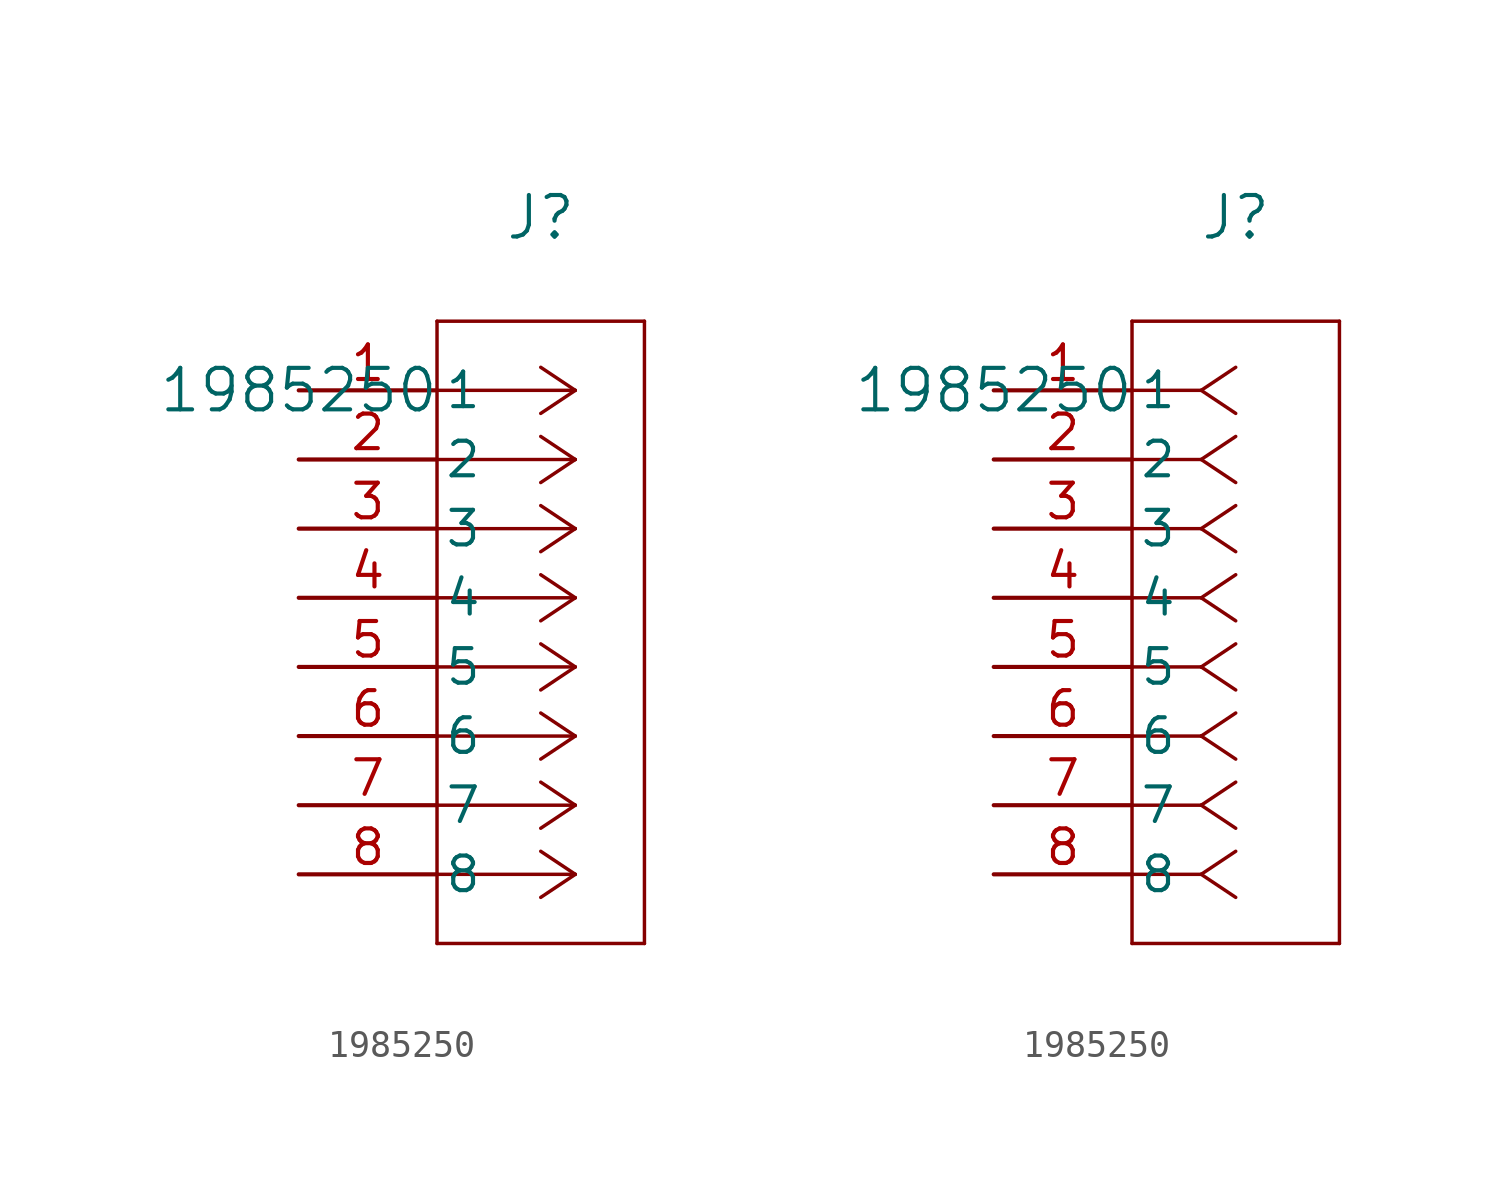
<source format=kicad_sym>
(kicad_symbol_lib
  (version 20211014)
  (generator kicad_symbol_editor)
  (symbol "1985250"
    (pin_names
      (offset 0.254))
    (property "Reference" "J"
      (at 8.89 6.35 0)
      (effects (font (size 1.524 1.524))))
    (property "Value" "1985250"
      (at 0 0 0)
      (effects (font (size 1.524 1.524))))
    (symbol "1985250_1_1"
      (polyline (pts (xy 10.16 0) (xy 5.08 0)) (stroke (width 0.127) (type default) (color 0 0 0 0)) (fill (type none)))
      (polyline (pts (xy 10.16 -2.54) (xy 5.08 -2.54)) (stroke (width 0.127) (type default) (color 0 0 0 0)) (fill (type none)))
      (polyline (pts (xy 10.16 -5.08) (xy 5.08 -5.08)) (stroke (width 0.127) (type default) (color 0 0 0 0)) (fill (type none)))
      (polyline (pts (xy 10.16 -7.62) (xy 5.08 -7.62)) (stroke (width 0.127) (type default) (color 0 0 0 0)) (fill (type none)))
      (polyline (pts (xy 10.16 -10.16) (xy 5.08 -10.16)) (stroke (width 0.127) (type default) (color 0 0 0 0)) (fill (type none)))
      (polyline (pts (xy 10.16 -12.7) (xy 5.08 -12.7)) (stroke (width 0.127) (type default) (color 0 0 0 0)) (fill (type none)))
      (polyline (pts (xy 10.16 -15.24) (xy 5.08 -15.24)) (stroke (width 0.127) (type default) (color 0 0 0 0)) (fill (type none)))
      (polyline (pts (xy 10.16 -17.78) (xy 5.08 -17.78)) (stroke (width 0.127) (type default) (color 0 0 0 0)) (fill (type none)))
      (polyline (pts (xy 10.16 0) (xy 8.89 0.847)) (stroke (width 0.127) (type default) (color 0 0 0 0)) (fill (type none)))
      (polyline (pts (xy 10.16 -2.54) (xy 8.89 -1.693)) (stroke (width 0.127) (type default) (color 0 0 0 0)) (fill (type none)))
      (polyline (pts (xy 10.16 -5.08) (xy 8.89 -4.233)) (stroke (width 0.127) (type default) (color 0 0 0 0)) (fill (type none)))
      (polyline (pts (xy 10.16 -7.62) (xy 8.89 -6.773)) (stroke (width 0.127) (type default) (color 0 0 0 0)) (fill (type none)))
      (polyline (pts (xy 10.16 -10.16) (xy 8.89 -9.313)) (stroke (width 0.127) (type default) (color 0 0 0 0)) (fill (type none)))
      (polyline (pts (xy 10.16 -12.7) (xy 8.89 -11.853)) (stroke (width 0.127) (type default) (color 0 0 0 0)) (fill (type none)))
      (polyline (pts (xy 10.16 -15.24) (xy 8.89 -14.393)) (stroke (width 0.127) (type default) (color 0 0 0 0)) (fill (type none)))
      (polyline (pts (xy 10.16 -17.78) (xy 8.89 -16.933)) (stroke (width 0.127) (type default) (color 0 0 0 0)) (fill (type none)))
      (polyline (pts (xy 10.16 0) (xy 8.89 -0.847)) (stroke (width 0.127) (type default) (color 0 0 0 0)) (fill (type none)))
      (polyline (pts (xy 10.16 -2.54) (xy 8.89 -3.387)) (stroke (width 0.127) (type default) (color 0 0 0 0)) (fill (type none)))
      (polyline (pts (xy 10.16 -5.08) (xy 8.89 -5.927)) (stroke (width 0.127) (type default) (color 0 0 0 0)) (fill (type none)))
      (polyline (pts (xy 10.16 -7.62) (xy 8.89 -8.467)) (stroke (width 0.127) (type default) (color 0 0 0 0)) (fill (type none)))
      (polyline (pts (xy 10.16 -10.16) (xy 8.89 -11.007)) (stroke (width 0.127) (type default) (color 0 0 0 0)) (fill (type none)))
      (polyline (pts (xy 10.16 -12.7) (xy 8.89 -13.547)) (stroke (width 0.127) (type default) (color 0 0 0 0)) (fill (type none)))
      (polyline (pts (xy 10.16 -15.24) (xy 8.89 -16.087)) (stroke (width 0.127) (type default) (color 0 0 0 0)) (fill (type none)))
      (polyline (pts (xy 10.16 -17.78) (xy 8.89 -18.627)) (stroke (width 0.127) (type default) (color 0 0 0 0)) (fill (type none)))
      (polyline (pts (xy 5.08 2.54) (xy 5.08 -20.32)) (stroke (width 0.127) (type default) (color 0 0 0 0)) (fill (type none)))
      (polyline (pts (xy 5.08 -20.32) (xy 12.7 -20.32)) (stroke (width 0.127) (type default) (color 0 0 0 0)) (fill (type none)))
      (polyline (pts (xy 12.7 -20.32) (xy 12.7 2.54)) (stroke (width 0.127) (type default) (color 0 0 0 0)) (fill (type none)))
      (polyline (pts (xy 12.7 2.54) (xy 5.08 2.54)) (stroke (width 0.127) (type default) (color 0 0 0 0)) (fill (type none)))
      (pin unspecified line (at 0 0 0) (length 5.08) (name "1" (effects (font (size 1.27 1.27)))) (number "1" (effects (font (size 1.27 1.27)))))
      (pin unspecified line (at 0 -2.54 0) (length 5.08) (name "2" (effects (font (size 1.27 1.27)))) (number "2" (effects (font (size 1.27 1.27)))))
      (pin unspecified line (at 0 -5.08 0) (length 5.08) (name "3" (effects (font (size 1.27 1.27)))) (number "3" (effects (font (size 1.27 1.27)))))
      (pin unspecified line (at 0 -7.62 0) (length 5.08) (name "4" (effects (font (size 1.27 1.27)))) (number "4" (effects (font (size 1.27 1.27)))))
      (pin unspecified line (at 0 -10.16 0) (length 5.08) (name "5" (effects (font (size 1.27 1.27)))) (number "5" (effects (font (size 1.27 1.27)))))
      (pin unspecified line (at 0 -12.7 0) (length 5.08) (name "6" (effects (font (size 1.27 1.27)))) (number "6" (effects (font (size 1.27 1.27)))))
      (pin unspecified line (at 0 -15.24 0) (length 5.08) (name "7" (effects (font (size 1.27 1.27)))) (number "7" (effects (font (size 1.27 1.27)))))
      (pin unspecified line (at 0 -17.78 0) (length 5.08) (name "8" (effects (font (size 1.27 1.27)))) (number "8" (effects (font (size 1.27 1.27))))))
    (symbol "1985250_1_2"
      (polyline (pts (xy 7.62 0) (xy 5.08 0)) (stroke (width 0.127) (type default) (color 0 0 0 0)) (fill (type none)))
      (polyline (pts (xy 7.62 -2.54) (xy 5.08 -2.54)) (stroke (width 0.127) (type default) (color 0 0 0 0)) (fill (type none)))
      (polyline (pts (xy 7.62 -5.08) (xy 5.08 -5.08)) (stroke (width 0.127) (type default) (color 0 0 0 0)) (fill (type none)))
      (polyline (pts (xy 7.62 -7.62) (xy 5.08 -7.62)) (stroke (width 0.127) (type default) (color 0 0 0 0)) (fill (type none)))
      (polyline (pts (xy 7.62 -10.16) (xy 5.08 -10.16)) (stroke (width 0.127) (type default) (color 0 0 0 0)) (fill (type none)))
      (polyline (pts (xy 7.62 -12.7) (xy 5.08 -12.7)) (stroke (width 0.127) (type default) (color 0 0 0 0)) (fill (type none)))
      (polyline (pts (xy 7.62 -15.24) (xy 5.08 -15.24)) (stroke (width 0.127) (type default) (color 0 0 0 0)) (fill (type none)))
      (polyline (pts (xy 7.62 -17.78) (xy 5.08 -17.78)) (stroke (width 0.127) (type default) (color 0 0 0 0)) (fill (type none)))
      (polyline (pts (xy 7.62 0) (xy 8.89 0.847)) (stroke (width 0.127) (type default) (color 0 0 0 0)) (fill (type none)))
      (polyline (pts (xy 7.62 -2.54) (xy 8.89 -1.693)) (stroke (width 0.127) (type default) (color 0 0 0 0)) (fill (type none)))
      (polyline (pts (xy 7.62 -5.08) (xy 8.89 -4.233)) (stroke (width 0.127) (type default) (color 0 0 0 0)) (fill (type none)))
      (polyline (pts (xy 7.62 -7.62) (xy 8.89 -6.773)) (stroke (width 0.127) (type default) (color 0 0 0 0)) (fill (type none)))
      (polyline (pts (xy 7.62 -10.16) (xy 8.89 -9.313)) (stroke (width 0.127) (type default) (color 0 0 0 0)) (fill (type none)))
      (polyline (pts (xy 7.62 -12.7) (xy 8.89 -11.853)) (stroke (width 0.127) (type default) (color 0 0 0 0)) (fill (type none)))
      (polyline (pts (xy 7.62 -15.24) (xy 8.89 -14.393)) (stroke (width 0.127) (type default) (color 0 0 0 0)) (fill (type none)))
      (polyline (pts (xy 7.62 -17.78) (xy 8.89 -16.933)) (stroke (width 0.127) (type default) (color 0 0 0 0)) (fill (type none)))
      (polyline (pts (xy 7.62 0) (xy 8.89 -0.847)) (stroke (width 0.127) (type default) (color 0 0 0 0)) (fill (type none)))
      (polyline (pts (xy 7.62 -2.54) (xy 8.89 -3.387)) (stroke (width 0.127) (type default) (color 0 0 0 0)) (fill (type none)))
      (polyline (pts (xy 7.62 -5.08) (xy 8.89 -5.927)) (stroke (width 0.127) (type default) (color 0 0 0 0)) (fill (type none)))
      (polyline (pts (xy 7.62 -7.62) (xy 8.89 -8.467)) (stroke (width 0.127) (type default) (color 0 0 0 0)) (fill (type none)))
      (polyline (pts (xy 7.62 -10.16) (xy 8.89 -11.007)) (stroke (width 0.127) (type default) (color 0 0 0 0)) (fill (type none)))
      (polyline (pts (xy 7.62 -12.7) (xy 8.89 -13.547)) (stroke (width 0.127) (type default) (color 0 0 0 0)) (fill (type none)))
      (polyline (pts (xy 7.62 -15.24) (xy 8.89 -16.087)) (stroke (width 0.127) (type default) (color 0 0 0 0)) (fill (type none)))
      (polyline (pts (xy 7.62 -17.78) (xy 8.89 -18.627)) (stroke (width 0.127) (type default) (color 0 0 0 0)) (fill (type none)))
      (polyline (pts (xy 5.08 2.54) (xy 5.08 -20.32)) (stroke (width 0.127) (type default) (color 0 0 0 0)) (fill (type none)))
      (polyline (pts (xy 5.08 -20.32) (xy 12.7 -20.32)) (stroke (width 0.127) (type default) (color 0 0 0 0)) (fill (type none)))
      (polyline (pts (xy 12.7 -20.32) (xy 12.7 2.54)) (stroke (width 0.127) (type default) (color 0 0 0 0)) (fill (type none)))
      (polyline (pts (xy 12.7 2.54) (xy 5.08 2.54)) (stroke (width 0.127) (type default) (color 0 0 0 0)) (fill (type none)))
      (pin unspecified line (at 0 0 0) (length 5.08) (name "1" (effects (font (size 1.27 1.27)))) (number "1" (effects (font (size 1.27 1.27)))))
      (pin unspecified line (at 0 -2.54 0) (length 5.08) (name "2" (effects (font (size 1.27 1.27)))) (number "2" (effects (font (size 1.27 1.27)))))
      (pin unspecified line (at 0 -5.08 0) (length 5.08) (name "3" (effects (font (size 1.27 1.27)))) (number "3" (effects (font (size 1.27 1.27)))))
      (pin unspecified line (at 0 -7.62 0) (length 5.08) (name "4" (effects (font (size 1.27 1.27)))) (number "4" (effects (font (size 1.27 1.27)))))
      (pin unspecified line (at 0 -10.16 0) (length 5.08) (name "5" (effects (font (size 1.27 1.27)))) (number "5" (effects (font (size 1.27 1.27)))))
      (pin unspecified line (at 0 -12.7 0) (length 5.08) (name "6" (effects (font (size 1.27 1.27)))) (number "6" (effects (font (size 1.27 1.27)))))
      (pin unspecified line (at 0 -15.24 0) (length 5.08) (name "7" (effects (font (size 1.27 1.27)))) (number "7" (effects (font (size 1.27 1.27)))))
      (pin unspecified line (at 0 -17.78 0) (length 5.08) (name "8" (effects (font (size 1.27 1.27)))) (number "8" (effects (font (size 1.27 1.27))))))))
</source>
